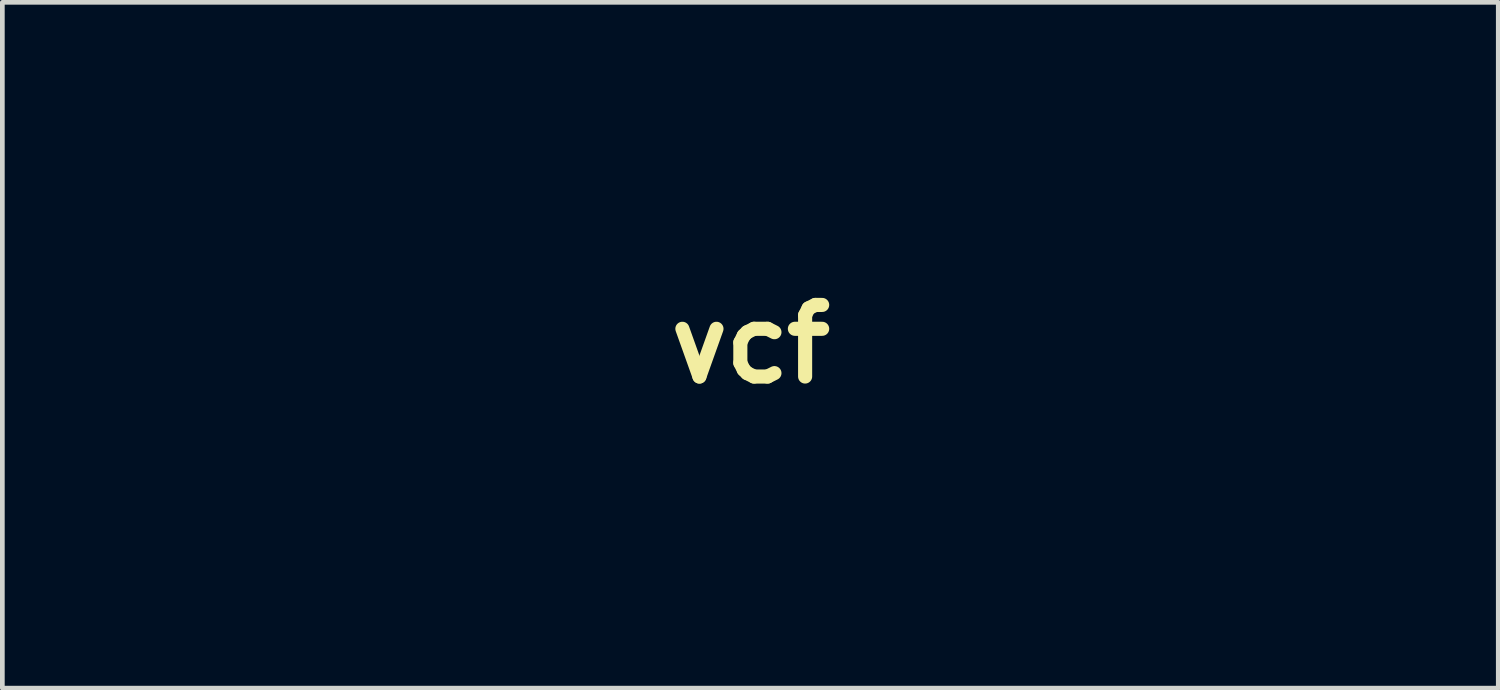
<source format=kicad_pcb>
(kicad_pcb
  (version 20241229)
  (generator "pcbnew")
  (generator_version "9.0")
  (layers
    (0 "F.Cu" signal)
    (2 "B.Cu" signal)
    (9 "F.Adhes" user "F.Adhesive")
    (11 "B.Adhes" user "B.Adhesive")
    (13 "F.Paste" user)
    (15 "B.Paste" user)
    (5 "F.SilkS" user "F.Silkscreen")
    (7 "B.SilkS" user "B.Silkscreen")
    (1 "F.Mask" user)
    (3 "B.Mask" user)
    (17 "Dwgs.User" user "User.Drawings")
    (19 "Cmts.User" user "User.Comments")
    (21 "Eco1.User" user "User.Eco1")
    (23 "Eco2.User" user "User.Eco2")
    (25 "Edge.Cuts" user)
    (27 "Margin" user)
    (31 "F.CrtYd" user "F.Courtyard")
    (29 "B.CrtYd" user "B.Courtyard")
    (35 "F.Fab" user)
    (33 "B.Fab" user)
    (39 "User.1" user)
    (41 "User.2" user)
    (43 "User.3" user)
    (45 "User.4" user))
  (footprint "vcf"
    (layer "F.Cu")
    (at 12.926 4.275)
    (property "Reference" "vcf" (at 0 0 0) (layer "F.SilkS") (effects (font (size 1.524 1.524) (thickness 0.3))))
    (attr through_hole)
    (fp_poly (pts (xy 12.466 -4.184) (xy 12.661 -4.057) (xy 12.799 -3.91) (xy 12.876 -3.764) (xy 12.91 -3.592) (xy 12.884 -3.423) (xy 12.802 -3.262) (xy 12.667 -3.117) (xy 12.482 -2.993) (xy 12.465 -2.985) (xy 12.246 -2.873) (xy 9.338 -2.857) (xy 6.429 -2.842) (xy 6.311 -2.751) (xy 6.23 -2.676) (xy 6.139 -2.57) (xy 6.064 -2.469) (xy 5.937 -2.279) (xy 5.937 -1.784) (xy 5.94 -1.553) (xy 5.951 -1.375) (xy 5.973 -1.238) (xy 6.011 -1.131) (xy 6.069 -1.043) (xy 6.149 -0.964) (xy 6.248 -0.888) (xy 6.299 -0.851) (xy 6.344 -0.819) (xy 6.389 -0.79) (xy 6.437 -0.765) (xy 6.493 -0.744) (xy 6.559 -0.726) (xy 6.641 -0.711) (xy 6.743 -0.699) (xy 6.868 -0.689) (xy 7.021 -0.682) (xy 7.206 -0.676) (xy 7.427 -0.672) (xy 7.687 -0.669) (xy 7.992 -0.668) (xy 8.345 -0.667) (xy 8.751 -0.667) (xy 9.212 -0.667) (xy 9.588 -0.667) (xy 12.433 -0.667) (xy 12.562 -0.572) (xy 12.718 -0.429) (xy 12.83 -0.263) (xy 12.894 -0.088) (xy 12.904 0.085) (xy 12.891 0.156) (xy 12.825 0.297) (xy 12.712 0.436) (xy 12.565 0.559) (xy 12.401 0.651) (xy 12.371 0.662) (xy 12.335 0.675) (xy 12.299 0.687) (xy 12.257 0.696) (xy 12.205 0.704) (xy 12.139 0.711) (xy 12.054 0.717) (xy 11.944 0.721) (xy 11.806 0.724) (xy 11.634 0.727) (xy 11.424 0.728) (xy 11.171 0.729) (xy 10.87 0.73) (xy 10.517 0.73) (xy 10.106 0.73) (xy 9.959 0.73) (xy 7.728 0.73) (xy 7.587 0.821) (xy 7.39 0.978) (xy 7.199 1.194) (xy 7.181 1.219) (xy 7.162 1.246) (xy 7.147 1.275) (xy 7.135 1.315) (xy 7.127 1.371) (xy 7.12 1.451) (xy 7.116 1.562) (xy 7.114 1.711) (xy 7.112 1.905) (xy 7.112 2.15) (xy 7.112 2.348) (xy 7.112 3.385) (xy 6.99 3.637) (xy 6.862 3.86) (xy 6.715 4.031) (xy 6.54 4.157) (xy 6.331 4.242) (xy 6.078 4.29) (xy 5.858 4.305) (xy 5.699 4.306) (xy 5.55 4.303) (xy 5.43 4.294) (xy 5.374 4.286) (xy 5.134 4.207) (xy 4.918 4.079) (xy 4.737 3.912) (xy 4.606 3.719) (xy 4.595 3.696) (xy 4.585 3.672) (xy 4.577 3.641) (xy 4.569 3.601) (xy 4.563 3.547) (xy 4.558 3.475) (xy 4.553 3.382) (xy 4.55 3.263) (xy 4.547 3.114) (xy 4.544 2.931) (xy 4.543 2.711) (xy 4.542 2.45) (xy 4.541 2.143) (xy 4.541 1.786) (xy 4.54 1.376) (xy 4.54 0.908) (xy 4.54 0.64) (xy 4.54 0.141) (xy 4.54 -0.3) (xy 4.541 -0.684) (xy 4.541 -1.017) (xy 4.542 -1.303) (xy 4.544 -1.545) (xy 4.546 -1.747) (xy 4.548 -1.914) (xy 4.552 -2.049) (xy 4.556 -2.156) (xy 4.561 -2.24) (xy 4.566 -2.305) (xy 4.573 -2.353) (xy 4.581 -2.39) (xy 4.59 -2.419) (xy 4.601 -2.445) (xy 4.602 -2.449) (xy 4.645 -2.515) (xy 4.728 -2.616) (xy 4.844 -2.747) (xy 4.986 -2.901) (xy 5.148 -3.07) (xy 5.323 -3.248) (xy 5.503 -3.428) (xy 5.684 -3.604) (xy 5.856 -3.769) (xy 6.015 -3.916) (xy 6.152 -4.037) (xy 6.262 -4.128) (xy 6.337 -4.18) (xy 6.35 -4.187) (xy 6.376 -4.197) (xy 6.407 -4.206) (xy 6.444 -4.214) (xy 6.494 -4.221) (xy 6.559 -4.228) (xy 6.645 -4.233) (xy 6.754 -4.237) (xy 6.89 -4.241) (xy 7.059 -4.244) (xy 7.264 -4.247) (xy 7.508 -4.25) (xy 7.797 -4.252) (xy 8.133 -4.254) (xy 8.521 -4.256) (xy 8.966 -4.257) (xy 9.398 -4.259) (xy 12.303 -4.27) (xy 12.466 -4.184)) (stroke (width 0.01) (type solid)) (fill yes) (layer "F.Mask"))
    (fp_poly (pts (xy 2.619 -4.201) (xy 2.672 -4.163) (xy 2.762 -4.085) (xy 2.885 -3.973) (xy 3.033 -3.833) (xy 3.201 -3.671) (xy 3.382 -3.492) (xy 3.521 -3.354) (xy 4.295 -2.575) (xy 4.278 -2.378) (xy 4.235 -2.184) (xy 4.149 -2.036) (xy 4.021 -1.934) (xy 3.853 -1.881) (xy 3.744 -1.873) (xy 3.56 -1.873) (xy 3.111 -2.294) (xy 2.963 -2.43) (xy 2.823 -2.556) (xy 2.7 -2.663) (xy 2.604 -2.742) (xy 2.545 -2.786) (xy 2.429 -2.857) (xy 0.141 -2.857) (xy -2.147 -2.858) (xy -2.288 -2.768) (xy -2.454 -2.638) (xy -2.586 -2.484) (xy -2.656 -2.358) (xy -2.677 -2.271) (xy -2.691 -2.128) (xy -2.698 -1.925) (xy -2.699 -1.81) (xy -2.697 -1.634) (xy -2.69 -1.491) (xy -2.672 -1.37) (xy -2.638 -1.261) (xy -2.584 -1.155) (xy -2.504 -1.041) (xy -2.394 -0.908) (xy -2.248 -0.747) (xy -2.114 -0.603) (xy -1.973 -0.454) (xy -1.858 -0.328) (xy -1.765 -0.22) (xy -1.692 -0.119) (xy -1.636 -0.018) (xy -1.596 0.091) (xy -1.567 0.216) (xy -1.549 0.366) (xy -1.538 0.549) (xy -1.532 0.772) (xy -1.527 1.045) (xy -1.524 1.286) (xy -1.518 1.619) (xy -1.512 1.891) (xy -1.504 2.105) (xy -1.495 2.263) (xy -1.485 2.37) (xy -1.473 2.426) (xy -1.47 2.432) (xy -1.395 2.527) (xy -1.28 2.632) (xy -1.143 2.733) (xy -1.003 2.814) (xy -0.988 2.821) (xy -0.81 2.905) (xy 2.365 2.905) (xy 2.503 2.831) (xy 2.57 2.787) (xy 2.673 2.706) (xy 2.801 2.599) (xy 2.946 2.472) (xy 3.098 2.334) (xy 3.105 2.328) (xy 3.569 1.897) (xy 3.753 1.914) (xy 3.951 1.953) (xy 4.101 2.029) (xy 4.203 2.147) (xy 4.263 2.31) (xy 4.278 2.411) (xy 4.296 2.609) (xy 3.489 3.413) (xy 3.276 3.626) (xy 3.102 3.798) (xy 2.962 3.934) (xy 2.851 4.039) (xy 2.764 4.117) (xy 2.694 4.174) (xy 2.638 4.213) (xy 2.589 4.239) (xy 2.543 4.258) (xy 2.51 4.268) (xy 2.47 4.278) (xy 2.418 4.286) (xy 2.351 4.294) (xy 2.264 4.3) (xy 2.152 4.305) (xy 2.01 4.309) (xy 1.834 4.312) (xy 1.62 4.314) (xy 1.361 4.316) (xy 1.055 4.317) (xy 0.695 4.317) (xy 0.279 4.317) (xy 0.145 4.317) (xy -0.283 4.317) (xy -0.653 4.316) (xy -0.969 4.315) (xy -1.235 4.314) (xy -1.457 4.312) (xy -1.64 4.31) (xy -1.787 4.306) (xy -1.904 4.302) (xy -1.996 4.296) (xy -2.067 4.29) (xy -2.122 4.282) (xy -2.166 4.273) (xy -2.204 4.262) (xy -2.219 4.257) (xy -2.268 4.237) (xy -2.319 4.211) (xy -2.377 4.172) (xy -2.446 4.117) (xy -2.533 4.041) (xy -2.643 3.939) (xy -2.78 3.806) (xy -2.951 3.638) (xy -3.161 3.429) (xy -3.182 3.409) (xy -3.422 3.169) (xy -3.618 2.969) (xy -3.773 2.806) (xy -3.89 2.677) (xy -3.972 2.578) (xy -4.021 2.508) (xy -4.035 2.482) (xy -4.047 2.453) (xy -4.057 2.421) (xy -4.065 2.38) (xy -4.072 2.326) (xy -4.078 2.255) (xy -4.083 2.161) (xy -4.087 2.041) (xy -4.09 1.889) (xy -4.092 1.702) (xy -4.094 1.475) (xy -4.095 1.203) (xy -4.095 0.881) (xy -4.096 0.506) (xy -4.096 0.072) (xy -4.096 0.011) (xy -4.096 -0.43) (xy -4.095 -0.812) (xy -4.095 -1.14) (xy -4.094 -1.417) (xy -4.093 -1.65) (xy -4.091 -1.842) (xy -4.088 -1.998) (xy -4.084 -2.122) (xy -4.079 -2.219) (xy -4.074 -2.293) (xy -4.067 -2.35) (xy -4.058 -2.393) (xy -4.048 -2.428) (xy -4.037 -2.458) (xy -4.032 -2.471) (xy -4.003 -2.523) (xy -3.956 -2.589) (xy -3.885 -2.673) (xy -3.787 -2.78) (xy -3.657 -2.915) (xy -3.491 -3.081) (xy -3.284 -3.285) (xy -3.197 -3.369) (xy -3.009 -3.551) (xy -2.829 -3.721) (xy -2.665 -3.873) (xy -2.522 -4.001) (xy -2.408 -4.101) (xy -2.328 -4.165) (xy -2.297 -4.185) (xy -2.271 -4.198) (xy -2.243 -4.209) (xy -2.208 -4.218) (xy -2.163 -4.226) (xy -2.101 -4.233) (xy -2.02 -4.238) (xy -1.913 -4.243) (xy -1.778 -4.247) (xy -1.608 -4.25) (xy -1.401 -4.253) (xy -1.15 -4.255) (xy -0.852 -4.257) (xy -0.503 -4.258) (xy -0.097 -4.26) (xy 0.163 -4.261) (xy 2.492 -4.27) (xy 2.619 -4.201)) (stroke (width 0.01) (type solid)) (fill yes) (layer "F.Mask"))
    (fp_poly (pts (xy -11.392 -4.265) (xy -11.292 -4.26) (xy -11.218 -4.25) (xy -11.154 -4.232) (xy -11.09 -4.204) (xy -11.033 -4.177) (xy -10.847 -4.061) (xy -10.671 -3.908) (xy -10.525 -3.736) (xy -10.445 -3.604) (xy -10.366 -3.445) (xy -10.351 -0.54) (xy -10.347 -0.009) (xy -10.344 0.461) (xy -10.341 0.873) (xy -10.337 1.23) (xy -10.333 1.534) (xy -10.329 1.789) (xy -10.324 1.997) (xy -10.319 2.162) (xy -10.314 2.285) (xy -10.308 2.369) (xy -10.301 2.418) (xy -10.297 2.432) (xy -10.222 2.527) (xy -10.107 2.632) (xy -9.97 2.733) (xy -9.829 2.814) (xy -9.815 2.821) (xy -9.762 2.845) (xy -9.714 2.864) (xy -9.662 2.879) (xy -9.598 2.89) (xy -9.513 2.898) (xy -9.401 2.904) (xy -9.252 2.908) (xy -9.06 2.911) (xy -8.815 2.914) (xy -8.7 2.915) (xy -8.366 2.917) (xy -8.092 2.915) (xy -7.876 2.911) (xy -7.721 2.902) (xy -7.629 2.891) (xy -7.622 2.889) (xy -7.446 2.819) (xy -7.298 2.701) (xy -7.176 2.535) (xy -7.079 2.316) (xy -7.005 2.044) (xy -6.954 1.714) (xy -6.948 1.657) (xy -6.924 1.466) (xy -6.894 1.301) (xy -6.861 1.178) (xy -6.849 1.147) (xy -6.801 1.067) (xy -6.71 0.95) (xy -6.584 0.801) (xy -6.426 0.628) (xy -6.361 0.559) (xy -6.157 0.339) (xy -6.002 0.159) (xy -5.896 0.017) (xy -5.849 -0.063) (xy -5.763 -0.238) (xy -5.747 -1.937) (xy -5.742 -2.345) (xy -5.738 -2.692) (xy -5.733 -2.982) (xy -5.727 -3.219) (xy -5.721 -3.405) (xy -5.714 -3.543) (xy -5.706 -3.637) (xy -5.697 -3.69) (xy -5.693 -3.702) (xy -5.628 -3.785) (xy -5.529 -3.88) (xy -5.417 -3.971) (xy -5.312 -4.038) (xy -5.284 -4.051) (xy -5.105 -4.095) (xy -4.931 -4.076) (xy -4.764 -3.995) (xy -4.606 -3.852) (xy -4.605 -3.852) (xy -4.558 -3.797) (xy -4.518 -3.747) (xy -4.484 -3.695) (xy -4.456 -3.635) (xy -4.434 -3.563) (xy -4.417 -3.473) (xy -4.404 -3.36) (xy -4.395 -3.217) (xy -4.388 -3.039) (xy -4.384 -2.821) (xy -4.382 -2.557) (xy -4.382 -2.241) (xy -4.381 -1.869) (xy -4.381 -1.789) (xy -4.382 -1.425) (xy -4.382 -1.118) (xy -4.383 -0.864) (xy -4.385 -0.656) (xy -4.387 -0.489) (xy -4.391 -0.356) (xy -4.396 -0.254) (xy -4.403 -0.175) (xy -4.411 -0.113) (xy -4.421 -0.065) (xy -4.434 -0.023) (xy -4.446 0.011) (xy -4.477 0.08) (xy -4.522 0.156) (xy -4.588 0.245) (xy -4.681 0.355) (xy -4.806 0.494) (xy -4.97 0.67) (xy -4.971 0.671) (xy -5.112 0.822) (xy -5.241 0.964) (xy -5.35 1.087) (xy -5.431 1.184) (xy -5.478 1.245) (xy -5.484 1.254) (xy -5.506 1.312) (xy -5.524 1.401) (xy -5.538 1.529) (xy -5.55 1.705) (xy -5.557 1.858) (xy -5.569 2.08) (xy -5.582 2.247) (xy -5.599 2.365) (xy -5.62 2.442) (xy -5.629 2.461) (xy -5.662 2.505) (xy -5.736 2.587) (xy -5.844 2.703) (xy -5.981 2.846) (xy -6.141 3.011) (xy -6.32 3.193) (xy -6.512 3.385) (xy -6.514 3.387) (xy -6.732 3.603) (xy -6.91 3.778) (xy -7.054 3.918) (xy -7.168 4.026) (xy -7.259 4.108) (xy -7.33 4.167) (xy -7.388 4.208) (xy -7.437 4.236) (xy -7.483 4.255) (xy -7.523 4.268) (xy -7.584 4.282) (xy -7.659 4.294) (xy -7.756 4.303) (xy -7.883 4.309) (xy -8.047 4.314) (xy -8.255 4.316) (xy -8.515 4.317) (xy -8.681 4.317) (xy -8.964 4.316) (xy -9.19 4.315) (xy -9.369 4.312) (xy -9.508 4.307) (xy -9.614 4.301) (xy -9.696 4.292) (xy -9.761 4.28) (xy -9.816 4.264) (xy -9.839 4.257) (xy -9.888 4.237) (xy -9.939 4.211) (xy -9.996 4.173) (xy -10.066 4.118) (xy -10.152 4.042) (xy -10.262 3.94) (xy -10.399 3.807) (xy -10.569 3.639) (xy -10.778 3.431) (xy -10.801 3.409) (xy -11.028 3.181) (xy -11.214 2.992) (xy -11.363 2.836) (xy -11.48 2.708) (xy -11.567 2.6) (xy -11.63 2.508) (xy -11.672 2.426) (xy -11.698 2.347) (xy -11.711 2.267) (xy -11.716 2.179) (xy -11.717 2.115) (xy -11.726 1.928) (xy -11.75 1.726) (xy -11.784 1.533) (xy -11.826 1.369) (xy -11.852 1.296) (xy -11.889 1.237) (xy -11.962 1.141) (xy -12.065 1.019) (xy -12.188 0.879) (xy -12.325 0.729) (xy -12.34 0.713) (xy -12.48 0.562) (xy -12.609 0.418) (xy -12.718 0.29) (xy -12.8 0.187) (xy -12.847 0.12) (xy -12.849 0.116) (xy -12.864 0.087) (xy -12.877 0.057) (xy -12.888 0.021) (xy -12.896 -0.026) (xy -12.903 -0.09) (xy -12.909 -0.176) (xy -12.913 -0.288) (xy -12.916 -0.433) (xy -12.918 -0.616) (xy -12.919 -0.841) (xy -12.92 -1.114) (xy -12.92 -1.441) (xy -12.921 -1.805) (xy -12.921 -2.193) (xy -12.921 -2.523) (xy -12.92 -2.8) (xy -12.918 -3.028) (xy -12.915 -3.213) (xy -12.912 -3.36) (xy -12.907 -3.473) (xy -12.901 -3.558) (xy -12.894 -3.62) (xy -12.885 -3.664) (xy -12.874 -3.695) (xy -12.872 -3.699) (xy -12.792 -3.823) (xy -12.672 -3.954) (xy -12.531 -4.074) (xy -12.387 -4.166) (xy -12.373 -4.174) (xy -12.304 -4.205) (xy -12.239 -4.227) (xy -12.164 -4.242) (xy -12.067 -4.252) (xy -11.934 -4.258) (xy -11.753 -4.262) (xy -11.716 -4.262) (xy -11.528 -4.265) (xy -11.392 -4.265)) (stroke (width 0.01) (type solid)) (fill yes) (layer "F.Mask")))
  (gr_rect
    (start -3 -3)
    (end 28.841 11.597)
    (stroke (width 0.1) (type default))
    (fill no)
    (layer "Edge.Cuts")))
</source>
